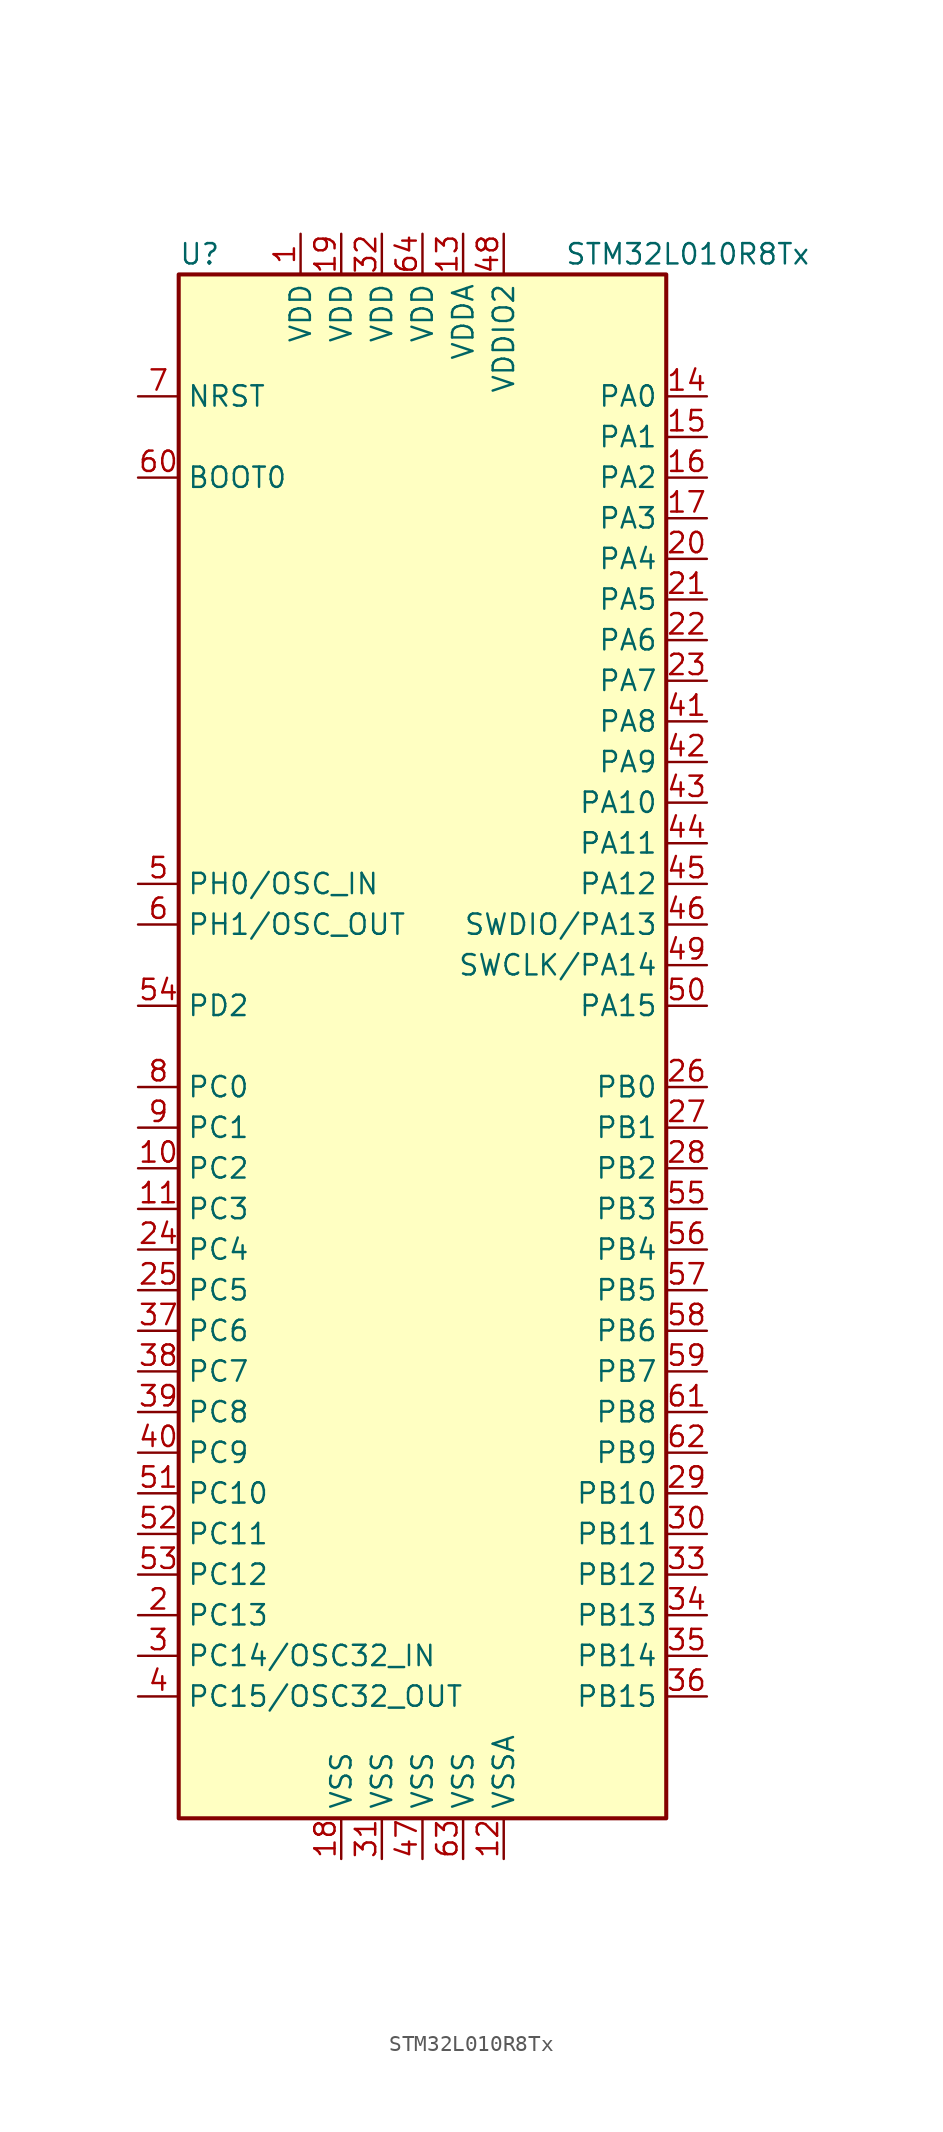
<source format=kicad_sym>
(kicad_symbol_lib
  (version 20211014)
  (generator kicad_symbol_editor)
  (symbol "STM32L010R8Tx"
    (property "Reference" "U"
      (at -15.24 49.53 0)
      (effects (font (size 1.27 1.27)) (justify left)))
    (property "Value" "STM32L010R8Tx"
      (at 8.89 49.53 0)
      (effects (font (size 1.27 1.27)) (justify left)))
    (symbol "STM32L010R8Tx_0_1"
      (rectangle (start -15.24 -48.26) (end 15.24 48.26) (stroke (width 0.254) (type default) (color 0 0 0 0)) (fill (type background))))
    (symbol "STM32L010R8Tx_1_1"
      (pin power_in line (at -7.62 50.8 270) (length 2.54) (name "VDD" (effects (font (size 1.27 1.27)))) (number "1" (effects (font (size 1.27 1.27)))))
      (pin bidirectional line (at -17.78 -7.62 0) (length 2.54) (name "PC2" (effects (font (size 1.27 1.27)))) (number "10" (effects (font (size 1.27 1.27)))))
      (pin bidirectional line (at -17.78 -10.16 0) (length 2.54) (name "PC3" (effects (font (size 1.27 1.27)))) (number "11" (effects (font (size 1.27 1.27)))))
      (pin power_in line (at 5.08 -50.8 90) (length 2.54) (name "VSSA" (effects (font (size 1.27 1.27)))) (number "12" (effects (font (size 1.27 1.27)))))
      (pin power_in line (at 2.54 50.8 270) (length 2.54) (name "VDDA" (effects (font (size 1.27 1.27)))) (number "13" (effects (font (size 1.27 1.27)))))
      (pin bidirectional line (at 17.78 40.64 180) (length 2.54) (name "PA0" (effects (font (size 1.27 1.27)))) (number "14" (effects (font (size 1.27 1.27)))))
      (pin bidirectional line (at 17.78 38.1 180) (length 2.54) (name "PA1" (effects (font (size 1.27 1.27)))) (number "15" (effects (font (size 1.27 1.27)))))
      (pin bidirectional line (at 17.78 35.56 180) (length 2.54) (name "PA2" (effects (font (size 1.27 1.27)))) (number "16" (effects (font (size 1.27 1.27)))))
      (pin bidirectional line (at 17.78 33.02 180) (length 2.54) (name "PA3" (effects (font (size 1.27 1.27)))) (number "17" (effects (font (size 1.27 1.27)))))
      (pin power_in line (at -5.08 -50.8 90) (length 2.54) (name "VSS" (effects (font (size 1.27 1.27)))) (number "18" (effects (font (size 1.27 1.27)))))
      (pin power_in line (at -5.08 50.8 270) (length 2.54) (name "VDD" (effects (font (size 1.27 1.27)))) (number "19" (effects (font (size 1.27 1.27)))))
      (pin bidirectional line (at -17.78 -35.56 0) (length 2.54) (name "PC13" (effects (font (size 1.27 1.27)))) (number "2" (effects (font (size 1.27 1.27)))))
      (pin bidirectional line (at 17.78 30.48 180) (length 2.54) (name "PA4" (effects (font (size 1.27 1.27)))) (number "20" (effects (font (size 1.27 1.27)))))
      (pin bidirectional line (at 17.78 27.94 180) (length 2.54) (name "PA5" (effects (font (size 1.27 1.27)))) (number "21" (effects (font (size 1.27 1.27)))))
      (pin bidirectional line (at 17.78 25.4 180) (length 2.54) (name "PA6" (effects (font (size 1.27 1.27)))) (number "22" (effects (font (size 1.27 1.27)))))
      (pin bidirectional line (at 17.78 22.86 180) (length 2.54) (name "PA7" (effects (font (size 1.27 1.27)))) (number "23" (effects (font (size 1.27 1.27)))))
      (pin bidirectional line (at -17.78 -12.7 0) (length 2.54) (name "PC4" (effects (font (size 1.27 1.27)))) (number "24" (effects (font (size 1.27 1.27)))))
      (pin bidirectional line (at -17.78 -15.24 0) (length 2.54) (name "PC5" (effects (font (size 1.27 1.27)))) (number "25" (effects (font (size 1.27 1.27)))))
      (pin bidirectional line (at 17.78 -2.54 180) (length 2.54) (name "PB0" (effects (font (size 1.27 1.27)))) (number "26" (effects (font (size 1.27 1.27)))))
      (pin bidirectional line (at 17.78 -5.08 180) (length 2.54) (name "PB1" (effects (font (size 1.27 1.27)))) (number "27" (effects (font (size 1.27 1.27)))))
      (pin bidirectional line (at 17.78 -7.62 180) (length 2.54) (name "PB2" (effects (font (size 1.27 1.27)))) (number "28" (effects (font (size 1.27 1.27)))))
      (pin bidirectional line (at 17.78 -27.94 180) (length 2.54) (name "PB10" (effects (font (size 1.27 1.27)))) (number "29" (effects (font (size 1.27 1.27)))))
      (pin bidirectional line (at -17.78 -38.1 0) (length 2.54) (name "PC14/OSC32_IN" (effects (font (size 1.27 1.27)))) (number "3" (effects (font (size 1.27 1.27)))))
      (pin bidirectional line (at 17.78 -30.48 180) (length 2.54) (name "PB11" (effects (font (size 1.27 1.27)))) (number "30" (effects (font (size 1.27 1.27)))))
      (pin power_in line (at -2.54 -50.8 90) (length 2.54) (name "VSS" (effects (font (size 1.27 1.27)))) (number "31" (effects (font (size 1.27 1.27)))))
      (pin power_in line (at -2.54 50.8 270) (length 2.54) (name "VDD" (effects (font (size 1.27 1.27)))) (number "32" (effects (font (size 1.27 1.27)))))
      (pin bidirectional line (at 17.78 -33.02 180) (length 2.54) (name "PB12" (effects (font (size 1.27 1.27)))) (number "33" (effects (font (size 1.27 1.27)))))
      (pin bidirectional line (at 17.78 -35.56 180) (length 2.54) (name "PB13" (effects (font (size 1.27 1.27)))) (number "34" (effects (font (size 1.27 1.27)))))
      (pin bidirectional line (at 17.78 -38.1 180) (length 2.54) (name "PB14" (effects (font (size 1.27 1.27)))) (number "35" (effects (font (size 1.27 1.27)))))
      (pin bidirectional line (at 17.78 -40.64 180) (length 2.54) (name "PB15" (effects (font (size 1.27 1.27)))) (number "36" (effects (font (size 1.27 1.27)))))
      (pin bidirectional line (at -17.78 -17.78 0) (length 2.54) (name "PC6" (effects (font (size 1.27 1.27)))) (number "37" (effects (font (size 1.27 1.27)))))
      (pin bidirectional line (at -17.78 -20.32 0) (length 2.54) (name "PC7" (effects (font (size 1.27 1.27)))) (number "38" (effects (font (size 1.27 1.27)))))
      (pin bidirectional line (at -17.78 -22.86 0) (length 2.54) (name "PC8" (effects (font (size 1.27 1.27)))) (number "39" (effects (font (size 1.27 1.27)))))
      (pin bidirectional line (at -17.78 -40.64 0) (length 2.54) (name "PC15/OSC32_OUT" (effects (font (size 1.27 1.27)))) (number "4" (effects (font (size 1.27 1.27)))))
      (pin bidirectional line (at -17.78 -25.4 0) (length 2.54) (name "PC9" (effects (font (size 1.27 1.27)))) (number "40" (effects (font (size 1.27 1.27)))))
      (pin bidirectional line (at 17.78 20.32 180) (length 2.54) (name "PA8" (effects (font (size 1.27 1.27)))) (number "41" (effects (font (size 1.27 1.27)))))
      (pin bidirectional line (at 17.78 17.78 180) (length 2.54) (name "PA9" (effects (font (size 1.27 1.27)))) (number "42" (effects (font (size 1.27 1.27)))))
      (pin bidirectional line (at 17.78 15.24 180) (length 2.54) (name "PA10" (effects (font (size 1.27 1.27)))) (number "43" (effects (font (size 1.27 1.27)))))
      (pin bidirectional line (at 17.78 12.7 180) (length 2.54) (name "PA11" (effects (font (size 1.27 1.27)))) (number "44" (effects (font (size 1.27 1.27)))))
      (pin bidirectional line (at 17.78 10.16 180) (length 2.54) (name "PA12" (effects (font (size 1.27 1.27)))) (number "45" (effects (font (size 1.27 1.27)))))
      (pin bidirectional line (at 17.78 7.62 180) (length 2.54) (name "SWDIO/PA13" (effects (font (size 1.27 1.27)))) (number "46" (effects (font (size 1.27 1.27)))))
      (pin power_in line (at 0 -50.8 90) (length 2.54) (name "VSS" (effects (font (size 1.27 1.27)))) (number "47" (effects (font (size 1.27 1.27)))))
      (pin power_in line (at 5.08 50.8 270) (length 2.54) (name "VDDIO2" (effects (font (size 1.27 1.27)))) (number "48" (effects (font (size 1.27 1.27)))))
      (pin bidirectional line (at 17.78 5.08 180) (length 2.54) (name "SWCLK/PA14" (effects (font (size 1.27 1.27)))) (number "49" (effects (font (size 1.27 1.27)))))
      (pin input line (at -17.78 10.16 0) (length 2.54) (name "PH0/OSC_IN" (effects (font (size 1.27 1.27)))) (number "5" (effects (font (size 1.27 1.27)))))
      (pin bidirectional line (at 17.78 2.54 180) (length 2.54) (name "PA15" (effects (font (size 1.27 1.27)))) (number "50" (effects (font (size 1.27 1.27)))))
      (pin bidirectional line (at -17.78 -27.94 0) (length 2.54) (name "PC10" (effects (font (size 1.27 1.27)))) (number "51" (effects (font (size 1.27 1.27)))))
      (pin bidirectional line (at -17.78 -30.48 0) (length 2.54) (name "PC11" (effects (font (size 1.27 1.27)))) (number "52" (effects (font (size 1.27 1.27)))))
      (pin bidirectional line (at -17.78 -33.02 0) (length 2.54) (name "PC12" (effects (font (size 1.27 1.27)))) (number "53" (effects (font (size 1.27 1.27)))))
      (pin bidirectional line (at -17.78 2.54 0) (length 2.54) (name "PD2" (effects (font (size 1.27 1.27)))) (number "54" (effects (font (size 1.27 1.27)))))
      (pin bidirectional line (at 17.78 -10.16 180) (length 2.54) (name "PB3" (effects (font (size 1.27 1.27)))) (number "55" (effects (font (size 1.27 1.27)))))
      (pin bidirectional line (at 17.78 -12.7 180) (length 2.54) (name "PB4" (effects (font (size 1.27 1.27)))) (number "56" (effects (font (size 1.27 1.27)))))
      (pin bidirectional line (at 17.78 -15.24 180) (length 2.54) (name "PB5" (effects (font (size 1.27 1.27)))) (number "57" (effects (font (size 1.27 1.27)))))
      (pin bidirectional line (at 17.78 -17.78 180) (length 2.54) (name "PB6" (effects (font (size 1.27 1.27)))) (number "58" (effects (font (size 1.27 1.27)))))
      (pin bidirectional line (at 17.78 -20.32 180) (length 2.54) (name "PB7" (effects (font (size 1.27 1.27)))) (number "59" (effects (font (size 1.27 1.27)))))
      (pin input line (at -17.78 7.62 0) (length 2.54) (name "PH1/OSC_OUT" (effects (font (size 1.27 1.27)))) (number "6" (effects (font (size 1.27 1.27)))))
      (pin input line (at -17.78 35.56 0) (length 2.54) (name "BOOT0" (effects (font (size 1.27 1.27)))) (number "60" (effects (font (size 1.27 1.27)))))
      (pin bidirectional line (at 17.78 -22.86 180) (length 2.54) (name "PB8" (effects (font (size 1.27 1.27)))) (number "61" (effects (font (size 1.27 1.27)))))
      (pin bidirectional line (at 17.78 -25.4 180) (length 2.54) (name "PB9" (effects (font (size 1.27 1.27)))) (number "62" (effects (font (size 1.27 1.27)))))
      (pin power_in line (at 2.54 -50.8 90) (length 2.54) (name "VSS" (effects (font (size 1.27 1.27)))) (number "63" (effects (font (size 1.27 1.27)))))
      (pin power_in line (at 0 50.8 270) (length 2.54) (name "VDD" (effects (font (size 1.27 1.27)))) (number "64" (effects (font (size 1.27 1.27)))))
      (pin input line (at -17.78 40.64 0) (length 2.54) (name "NRST" (effects (font (size 1.27 1.27)))) (number "7" (effects (font (size 1.27 1.27)))))
      (pin bidirectional line (at -17.78 -2.54 0) (length 2.54) (name "PC0" (effects (font (size 1.27 1.27)))) (number "8" (effects (font (size 1.27 1.27)))))
      (pin bidirectional line (at -17.78 -5.08 0) (length 2.54) (name "PC1" (effects (font (size 1.27 1.27)))) (number "9" (effects (font (size 1.27 1.27))))))))
</source>
